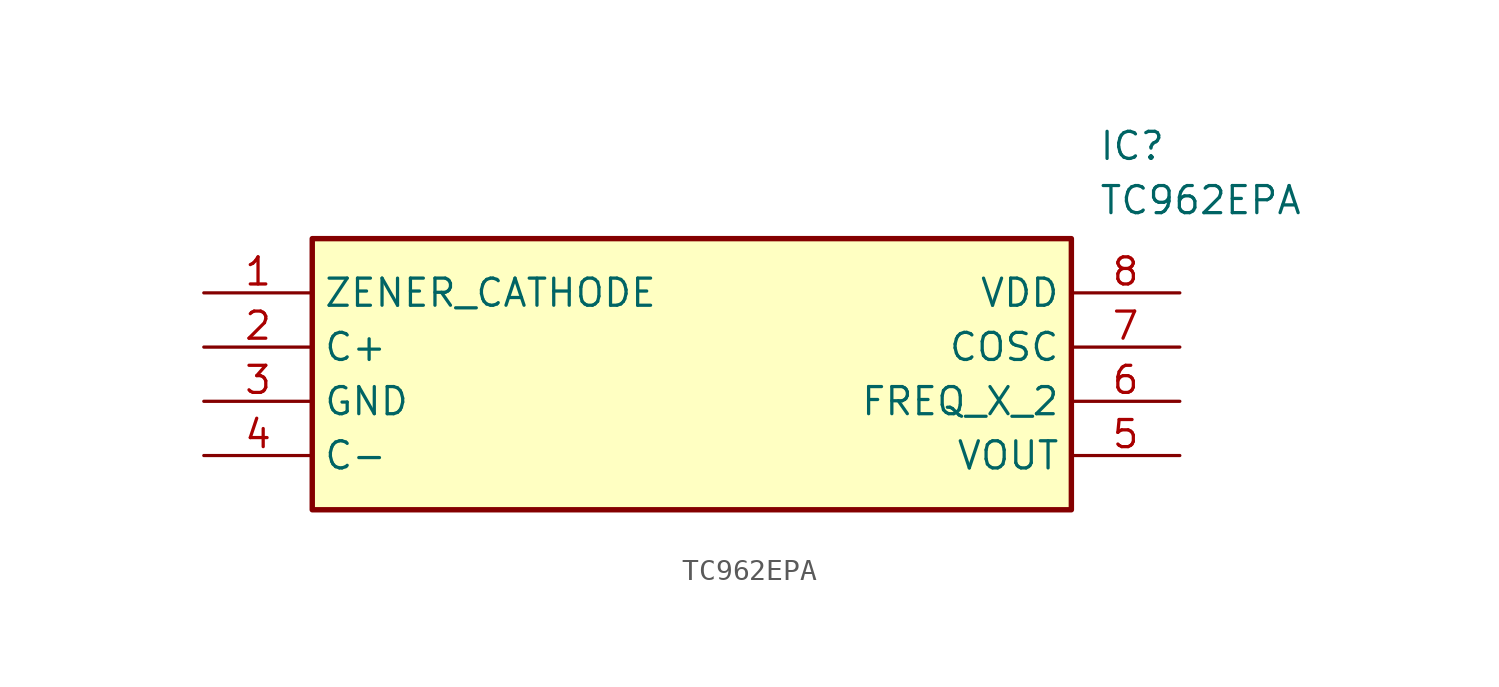
<source format=kicad_sym>
(kicad_symbol_lib
  (version 20211014)
  (generator SamacSys_ECAD_Model)
  (symbol "TC962EPA"
    (property "Reference" "IC"
      (at 41.91 7.62 0)
      (effects (font (size 1.27 1.27)) (justify left top)))
    (property "Value" "TC962EPA"
      (at 41.91 5.08 0)
      (effects (font (size 1.27 1.27)) (justify left top)))
    (rectangle
      (start 5.08 2.54)
      (end 40.64 -10.16)
      (stroke (width 0.254) (type default))
      (fill (type background)))
    (pin passive line
      (at 0 0 0)
      (length 5.08)
      (name "ZENER_CATHODE" (effects (font (size 1.27 1.27))))
      (number "1" (effects (font (size 1.27 1.27)))))
    (pin passive line
      (at 0 -2.54 0)
      (length 5.08)
      (name "C+" (effects (font (size 1.27 1.27))))
      (number "2" (effects (font (size 1.27 1.27)))))
    (pin passive line
      (at 0 -5.08 0)
      (length 5.08)
      (name "GND" (effects (font (size 1.27 1.27))))
      (number "3" (effects (font (size 1.27 1.27)))))
    (pin passive line
      (at 0 -7.62 0)
      (length 5.08)
      (name "C-" (effects (font (size 1.27 1.27))))
      (number "4" (effects (font (size 1.27 1.27)))))
    (pin passive line
      (at 45.72 0 180)
      (length 5.08)
      (name "VDD" (effects (font (size 1.27 1.27))))
      (number "8" (effects (font (size 1.27 1.27)))))
    (pin passive line
      (at 45.72 -2.54 180)
      (length 5.08)
      (name "COSC" (effects (font (size 1.27 1.27))))
      (number "7" (effects (font (size 1.27 1.27)))))
    (pin passive line
      (at 45.72 -5.08 180)
      (length 5.08)
      (name "FREQ_X_2" (effects (font (size 1.27 1.27))))
      (number "6" (effects (font (size 1.27 1.27)))))
    (pin passive line
      (at 45.72 -7.62 180)
      (length 5.08)
      (name "VOUT" (effects (font (size 1.27 1.27))))
      (number "5" (effects (font (size 1.27 1.27)))))))
</source>
